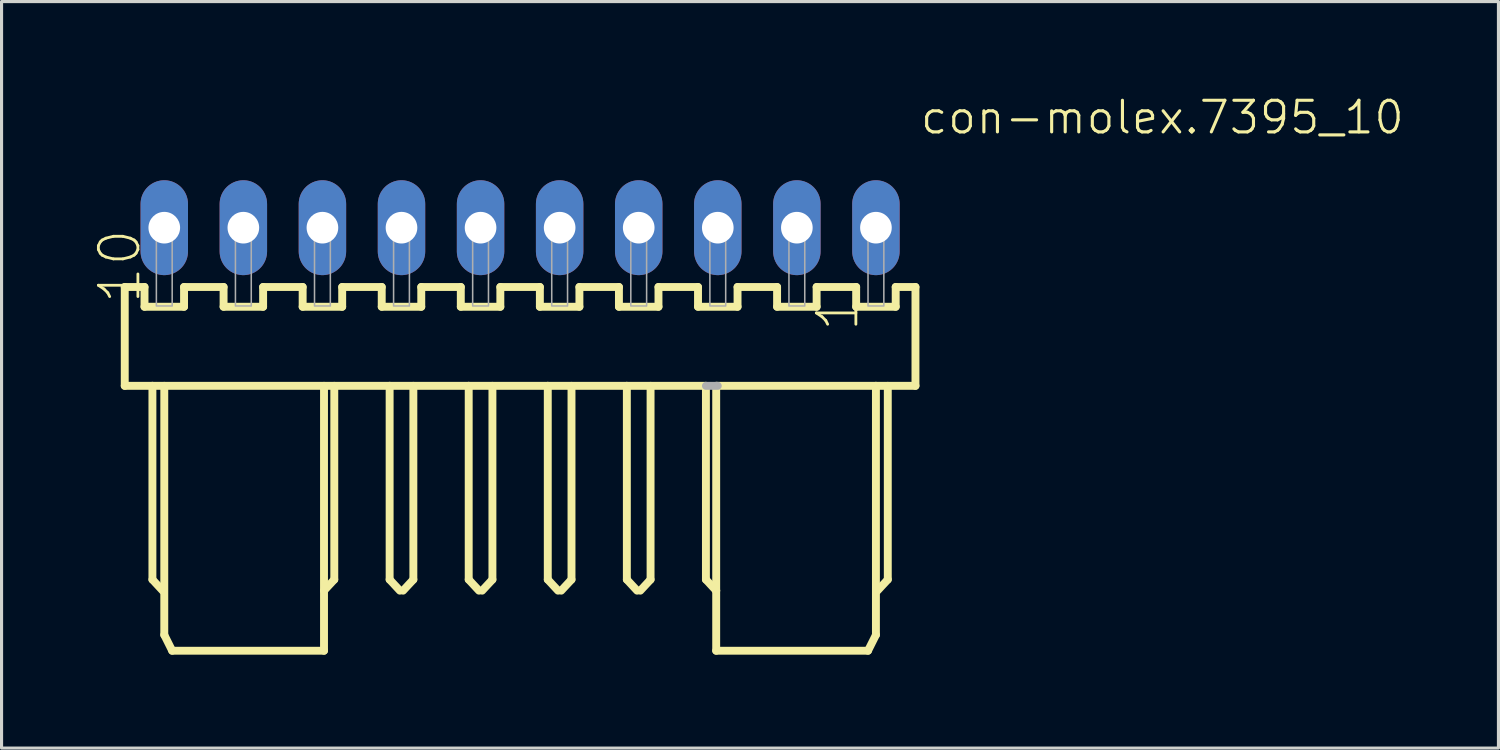
<source format=kicad_pcb>
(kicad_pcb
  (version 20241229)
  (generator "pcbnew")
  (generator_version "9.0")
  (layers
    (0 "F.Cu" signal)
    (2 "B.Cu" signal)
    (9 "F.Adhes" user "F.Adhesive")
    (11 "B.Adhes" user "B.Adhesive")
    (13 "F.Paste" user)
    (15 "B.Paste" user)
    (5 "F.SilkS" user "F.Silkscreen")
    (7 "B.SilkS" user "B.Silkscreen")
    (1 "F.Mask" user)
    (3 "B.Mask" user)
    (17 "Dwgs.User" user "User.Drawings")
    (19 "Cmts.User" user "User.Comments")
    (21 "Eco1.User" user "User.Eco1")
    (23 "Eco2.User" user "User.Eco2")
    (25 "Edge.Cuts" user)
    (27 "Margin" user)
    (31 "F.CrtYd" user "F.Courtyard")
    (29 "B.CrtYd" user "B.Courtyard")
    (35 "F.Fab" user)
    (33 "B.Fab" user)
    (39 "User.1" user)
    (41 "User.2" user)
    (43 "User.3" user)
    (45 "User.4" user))
  (footprint "con-molex.7395_10"
    (layer "F.Cu")
    (at 13.657 4.264)
    (property "Reference" "con-molex.7395_10" (at 12.8 -2.948 180) (layer "F.SilkS") (effects (font (size 1.016 1.016) (thickness 0.1)) (justify left bottom)))
    (attr through_hole)
    (fp_line (start -12.7 1.905) (end -12.7 5.08) (stroke (width 0.254) (type default)) (layer "F.SilkS"))
    (fp_line (start -12.7 5.08) (end -11.811 5.08) (stroke (width 0.254) (type default)) (layer "F.SilkS"))
    (fp_line (start -12.065 1.905) (end -12.7 1.905) (stroke (width 0.254) (type default)) (layer "F.SilkS"))
    (fp_line (start -12.065 2.54) (end -12.065 1.905) (stroke (width 0.254) (type default)) (layer "F.SilkS"))
    (fp_line (start -11.811 5.08) (end -11.811 11.303) (stroke (width 0.254) (type default)) (layer "F.SilkS"))
    (fp_line (start -11.811 5.08) (end -4.191 5.08) (stroke (width 0.254) (type default)) (layer "F.SilkS"))
    (fp_line (start -11.811 11.303) (end -11.481 11.659) (stroke (width 0.254) (type default)) (layer "F.SilkS"))
    (fp_line (start -11.43 5.08) (end -11.43 13.081) (stroke (width 0.254) (type default)) (layer "F.SilkS"))
    (fp_line (start -11.43 13.081) (end -11.176 13.589) (stroke (width 0.254) (type default)) (layer "F.SilkS"))
    (fp_line (start -11.176 13.589) (end -6.299 13.589) (stroke (width 0.254) (type default)) (layer "F.SilkS"))
    (fp_line (start -10.795 1.905) (end -10.795 2.54) (stroke (width 0.254) (type default)) (layer "F.SilkS"))
    (fp_line (start -10.795 2.54) (end -12.065 2.54) (stroke (width 0.254) (type default)) (layer "F.SilkS"))
    (fp_line (start -9.525 1.905) (end -10.795 1.905) (stroke (width 0.254) (type default)) (layer "F.SilkS"))
    (fp_line (start -9.525 2.54) (end -9.525 1.905) (stroke (width 0.254) (type default)) (layer "F.SilkS"))
    (fp_line (start -8.255 1.905) (end -8.255 2.54) (stroke (width 0.254) (type default)) (layer "F.SilkS"))
    (fp_line (start -8.255 2.54) (end -9.525 2.54) (stroke (width 0.254) (type default)) (layer "F.SilkS"))
    (fp_line (start -6.985 1.905) (end -8.255 1.905) (stroke (width 0.254) (type default)) (layer "F.SilkS"))
    (fp_line (start -6.985 2.54) (end -6.985 1.905) (stroke (width 0.254) (type default)) (layer "F.SilkS"))
    (fp_line (start -6.299 13.589) (end -6.299 5.08) (stroke (width 0.254) (type default)) (layer "F.SilkS"))
    (fp_line (start -5.969 5.08) (end -5.969 11.303) (stroke (width 0.254) (type default)) (layer "F.SilkS"))
    (fp_line (start -5.969 11.303) (end -6.299 11.659) (stroke (width 0.254) (type default)) (layer "F.SilkS"))
    (fp_line (start -5.715 1.905) (end -5.715 2.54) (stroke (width 0.254) (type default)) (layer "F.SilkS"))
    (fp_line (start -5.715 2.54) (end -6.985 2.54) (stroke (width 0.254) (type default)) (layer "F.SilkS"))
    (fp_line (start -4.445 1.905) (end -5.715 1.905) (stroke (width 0.254) (type default)) (layer "F.SilkS"))
    (fp_line (start -4.445 2.54) (end -4.445 1.905) (stroke (width 0.254) (type default)) (layer "F.SilkS"))
    (fp_line (start -4.191 5.08) (end -4.191 11.303) (stroke (width 0.254) (type default)) (layer "F.SilkS"))
    (fp_line (start -4.191 5.08) (end -1.651 5.08) (stroke (width 0.254) (type default)) (layer "F.SilkS"))
    (fp_line (start -4.191 11.303) (end -3.861 11.659) (stroke (width 0.254) (type default)) (layer "F.SilkS"))
    (fp_line (start -3.429 5.08) (end -3.429 11.303) (stroke (width 0.254) (type default)) (layer "F.SilkS"))
    (fp_line (start -3.429 11.303) (end -3.759 11.659) (stroke (width 0.254) (type default)) (layer "F.SilkS"))
    (fp_line (start -3.175 1.905) (end -3.175 2.54) (stroke (width 0.254) (type default)) (layer "F.SilkS"))
    (fp_line (start -3.175 2.54) (end -4.445 2.54) (stroke (width 0.254) (type default)) (layer "F.SilkS"))
    (fp_line (start -1.905 1.905) (end -3.175 1.905) (stroke (width 0.254) (type default)) (layer "F.SilkS"))
    (fp_line (start -1.905 2.54) (end -1.905 1.905) (stroke (width 0.254) (type default)) (layer "F.SilkS"))
    (fp_line (start -1.651 5.08) (end -1.651 11.303) (stroke (width 0.254) (type default)) (layer "F.SilkS"))
    (fp_line (start -1.651 5.08) (end 0.889 5.08) (stroke (width 0.254) (type default)) (layer "F.SilkS"))
    (fp_line (start -1.651 11.303) (end -1.321 11.659) (stroke (width 0.254) (type default)) (layer "F.SilkS"))
    (fp_line (start -0.889 5.08) (end -0.889 11.303) (stroke (width 0.254) (type default)) (layer "F.SilkS"))
    (fp_line (start -0.889 11.303) (end -1.219 11.659) (stroke (width 0.254) (type default)) (layer "F.SilkS"))
    (fp_line (start -0.635 1.905) (end -0.635 2.54) (stroke (width 0.254) (type default)) (layer "F.SilkS"))
    (fp_line (start -0.635 2.54) (end -1.905 2.54) (stroke (width 0.254) (type default)) (layer "F.SilkS"))
    (fp_line (start 0.635 1.905) (end -0.635 1.905) (stroke (width 0.254) (type default)) (layer "F.SilkS"))
    (fp_line (start 0.635 2.54) (end 0.635 1.905) (stroke (width 0.254) (type default)) (layer "F.SilkS"))
    (fp_line (start 0.889 5.08) (end 0.889 11.303) (stroke (width 0.254) (type default)) (layer "F.SilkS"))
    (fp_line (start 0.889 5.08) (end 3.429 5.08) (stroke (width 0.254) (type default)) (layer "F.SilkS"))
    (fp_line (start 0.889 11.303) (end 1.219 11.659) (stroke (width 0.254) (type default)) (layer "F.SilkS"))
    (fp_line (start 1.651 5.08) (end 1.651 11.303) (stroke (width 0.254) (type default)) (layer "F.SilkS"))
    (fp_line (start 1.651 11.303) (end 1.321 11.659) (stroke (width 0.254) (type default)) (layer "F.SilkS"))
    (fp_line (start 1.905 1.905) (end 1.905 2.54) (stroke (width 0.254) (type default)) (layer "F.SilkS"))
    (fp_line (start 1.905 2.54) (end 0.635 2.54) (stroke (width 0.254) (type default)) (layer "F.SilkS"))
    (fp_line (start 3.175 1.905) (end 1.905 1.905) (stroke (width 0.254) (type default)) (layer "F.SilkS"))
    (fp_line (start 3.175 2.54) (end 3.175 1.905) (stroke (width 0.254) (type default)) (layer "F.SilkS"))
    (fp_line (start 3.429 5.08) (end 3.429 11.303) (stroke (width 0.254) (type default)) (layer "F.SilkS"))
    (fp_line (start 3.429 5.08) (end 5.969 5.08) (stroke (width 0.254) (type default)) (layer "F.SilkS"))
    (fp_line (start 3.429 11.303) (end 3.759 11.659) (stroke (width 0.254) (type default)) (layer "F.SilkS"))
    (fp_line (start 4.191 5.08) (end 4.191 11.303) (stroke (width 0.254) (type default)) (layer "F.SilkS"))
    (fp_line (start 4.191 11.303) (end 3.861 11.659) (stroke (width 0.254) (type default)) (layer "F.SilkS"))
    (fp_line (start 4.445 1.905) (end 4.445 2.54) (stroke (width 0.254) (type default)) (layer "F.SilkS"))
    (fp_line (start 4.445 2.54) (end 3.175 2.54) (stroke (width 0.254) (type default)) (layer "F.SilkS"))
    (fp_line (start 5.715 1.905) (end 4.445 1.905) (stroke (width 0.254) (type default)) (layer "F.SilkS"))
    (fp_line (start 5.715 2.54) (end 5.715 1.905) (stroke (width 0.254) (type default)) (layer "F.SilkS"))
    (fp_line (start 5.969 5.08) (end 5.969 11.303) (stroke (width 0.254) (type default)) (layer "F.SilkS"))
    (fp_line (start 5.969 5.08) (end 6.299 5.08) (stroke (width 0.127) (type default)) (layer "F.SilkS"))
    (fp_line (start 5.969 11.303) (end 6.299 11.659) (stroke (width 0.254) (type default)) (layer "F.SilkS"))
    (fp_line (start 6.299 5.08) (end 11.43 5.08) (stroke (width 0.254) (type default)) (layer "F.SilkS"))
    (fp_line (start 6.299 11.659) (end 6.299 5.08) (stroke (width 0.254) (type default)) (layer "F.SilkS"))
    (fp_line (start 6.299 13.589) (end 6.299 11.659) (stroke (width 0.254) (type default)) (layer "F.SilkS"))
    (fp_line (start 6.985 1.905) (end 6.985 2.54) (stroke (width 0.254) (type default)) (layer "F.SilkS"))
    (fp_line (start 6.985 2.54) (end 5.715 2.54) (stroke (width 0.254) (type default)) (layer "F.SilkS"))
    (fp_line (start 8.255 1.905) (end 6.985 1.905) (stroke (width 0.254) (type default)) (layer "F.SilkS"))
    (fp_line (start 8.255 2.54) (end 8.255 1.905) (stroke (width 0.254) (type default)) (layer "F.SilkS"))
    (fp_line (start 9.525 1.905) (end 9.525 2.54) (stroke (width 0.254) (type default)) (layer "F.SilkS"))
    (fp_line (start 9.525 2.54) (end 8.255 2.54) (stroke (width 0.254) (type default)) (layer "F.SilkS"))
    (fp_line (start 10.795 1.905) (end 9.525 1.905) (stroke (width 0.254) (type default)) (layer "F.SilkS"))
    (fp_line (start 10.795 2.54) (end 10.795 1.905) (stroke (width 0.254) (type default)) (layer "F.SilkS"))
    (fp_line (start 11.176 13.589) (end 6.299 13.589) (stroke (width 0.254) (type default)) (layer "F.SilkS"))
    (fp_line (start 11.43 5.08) (end 11.43 13.081) (stroke (width 0.254) (type default)) (layer "F.SilkS"))
    (fp_line (start 11.43 5.08) (end 12.7 5.08) (stroke (width 0.254) (type default)) (layer "F.SilkS"))
    (fp_line (start 11.43 13.081) (end 11.176 13.589) (stroke (width 0.254) (type default)) (layer "F.SilkS"))
    (fp_line (start 11.811 5.08) (end 11.811 11.303) (stroke (width 0.254) (type default)) (layer "F.SilkS"))
    (fp_line (start 11.811 11.303) (end 11.481 11.659) (stroke (width 0.254) (type default)) (layer "F.SilkS"))
    (fp_line (start 12.065 1.905) (end 12.065 2.54) (stroke (width 0.254) (type default)) (layer "F.SilkS"))
    (fp_line (start 12.065 2.54) (end 10.795 2.54) (stroke (width 0.254) (type default)) (layer "F.SilkS"))
    (fp_line (start 12.7 1.905) (end 12.065 1.905) (stroke (width 0.254) (type default)) (layer "F.SilkS"))
    (fp_line (start 12.7 5.08) (end 12.7 1.905) (stroke (width 0.254) (type default)) (layer "F.SilkS"))
    (fp_line (start 6.35 5.08) (end 5.969 5.08) (stroke (width 0.254) (type default)) (layer "F.Fab"))
    (fp_rect (start -11.684 0.254) (end -11.176 -0.254) (stroke (width 0.05) (type default)) (fill no) (layer "F.Fab"))
    (fp_rect (start -11.684 2.515) (end -11.176 0.279) (stroke (width 0.05) (type default)) (fill no) (layer "F.Fab"))
    (fp_rect (start -9.144 0.254) (end -8.636 -0.254) (stroke (width 0.05) (type default)) (fill no) (layer "F.Fab"))
    (fp_rect (start -9.144 2.515) (end -8.636 0.279) (stroke (width 0.05) (type default)) (fill no) (layer "F.Fab"))
    (fp_rect (start -6.604 0.254) (end -6.096 -0.254) (stroke (width 0.05) (type default)) (fill no) (layer "F.Fab"))
    (fp_rect (start -6.604 2.515) (end -6.096 0.279) (stroke (width 0.05) (type default)) (fill no) (layer "F.Fab"))
    (fp_rect (start -4.064 0.254) (end -3.556 -0.254) (stroke (width 0.05) (type default)) (fill no) (layer "F.Fab"))
    (fp_rect (start -4.064 2.515) (end -3.556 0.279) (stroke (width 0.05) (type default)) (fill no) (layer "F.Fab"))
    (fp_rect (start -1.524 0.254) (end -1.016 -0.254) (stroke (width 0.05) (type default)) (fill no) (layer "F.Fab"))
    (fp_rect (start -1.524 2.515) (end -1.016 0.279) (stroke (width 0.05) (type default)) (fill no) (layer "F.Fab"))
    (fp_rect (start 1.016 0.254) (end 1.524 -0.254) (stroke (width 0.05) (type default)) (fill no) (layer "F.Fab"))
    (fp_rect (start 1.016 2.515) (end 1.524 0.279) (stroke (width 0.05) (type default)) (fill no) (layer "F.Fab"))
    (fp_rect (start 3.556 0.254) (end 4.064 -0.254) (stroke (width 0.05) (type default)) (fill no) (layer "F.Fab"))
    (fp_rect (start 3.556 2.515) (end 4.064 0.279) (stroke (width 0.05) (type default)) (fill no) (layer "F.Fab"))
    (fp_rect (start 6.096 0.254) (end 6.604 -0.254) (stroke (width 0.05) (type default)) (fill no) (layer "F.Fab"))
    (fp_rect (start 6.096 2.515) (end 6.604 0.279) (stroke (width 0.05) (type default)) (fill no) (layer "F.Fab"))
    (fp_rect (start 8.636 0.254) (end 9.144 -0.254) (stroke (width 0.05) (type default)) (fill no) (layer "F.Fab"))
    (fp_rect (start 8.636 2.515) (end 9.144 0.279) (stroke (width 0.05) (type default)) (fill no) (layer "F.Fab"))
    (fp_rect (start 11.176 0.254) (end 11.684 -0.254) (stroke (width 0.05) (type default)) (fill no) (layer "F.Fab"))
    (fp_rect (start 11.176 2.515) (end 11.684 0.279) (stroke (width 0.05) (type default)) (fill no) (layer "F.Fab"))
    (fp_text user "1" (at 10.946 3.402 270) (layer "F.SilkS") (effects (font (size 1.27 1.27) (thickness 0.09)) (justify left bottom)))
    (fp_text user "10" (at -12.117 2.513 270) (layer "F.SilkS") (effects (font (size 1.27 1.27) (thickness 0.09)) (justify left bottom)))
    (pad "1" thru_hole oval (at 11.43 0 90) (size 3.048 1.524) (drill 1.016) (layers "*.Cu" "*.Mask"))
    (pad "2" thru_hole oval (at 8.89 0 90) (size 3.048 1.524) (drill 1.016) (layers "*.Cu" "*.Mask"))
    (pad "3" thru_hole oval (at 6.35 0 90) (size 3.048 1.524) (drill 1.016) (layers "*.Cu" "*.Mask"))
    (pad "4" thru_hole oval (at 3.81 0 90) (size 3.048 1.524) (drill 1.016) (layers "*.Cu" "*.Mask"))
    (pad "5" thru_hole oval (at 1.27 0 90) (size 3.048 1.524) (drill 1.016) (layers "*.Cu" "*.Mask"))
    (pad "6" thru_hole oval (at -1.27 0 90) (size 3.048 1.524) (drill 1.016) (layers "*.Cu" "*.Mask"))
    (pad "7" thru_hole oval (at -3.81 0 90) (size 3.048 1.524) (drill 1.016) (layers "*.Cu" "*.Mask"))
    (pad "8" thru_hole oval (at -6.35 0 90) (size 3.048 1.524) (drill 1.016) (layers "*.Cu" "*.Mask"))
    (pad "9" thru_hole oval (at -8.89 0 90) (size 3.048 1.524) (drill 1.016) (layers "*.Cu" "*.Mask"))
    (pad "10" thru_hole oval (at -11.43 0 90) (size 3.048 1.524) (drill 1.016) (layers "*.Cu" "*.Mask")))
  (gr_rect
    (start -3 -3)
    (end 45.084 20.98)
    (stroke (width 0.1) (type default))
    (fill no)
    (layer "Edge.Cuts")))
</source>
